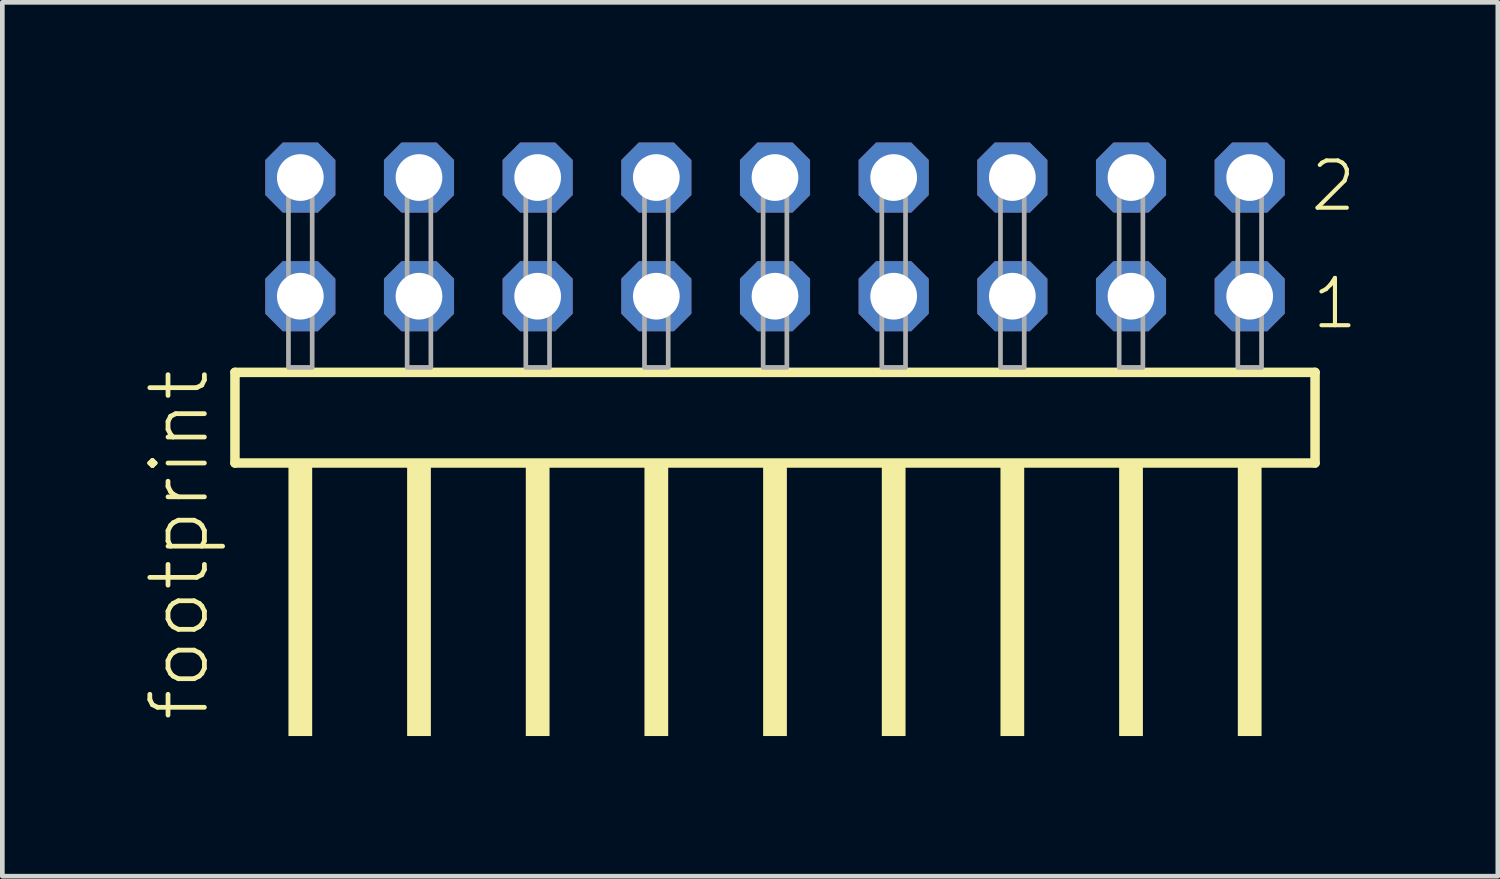
<source format=kicad_pcb>
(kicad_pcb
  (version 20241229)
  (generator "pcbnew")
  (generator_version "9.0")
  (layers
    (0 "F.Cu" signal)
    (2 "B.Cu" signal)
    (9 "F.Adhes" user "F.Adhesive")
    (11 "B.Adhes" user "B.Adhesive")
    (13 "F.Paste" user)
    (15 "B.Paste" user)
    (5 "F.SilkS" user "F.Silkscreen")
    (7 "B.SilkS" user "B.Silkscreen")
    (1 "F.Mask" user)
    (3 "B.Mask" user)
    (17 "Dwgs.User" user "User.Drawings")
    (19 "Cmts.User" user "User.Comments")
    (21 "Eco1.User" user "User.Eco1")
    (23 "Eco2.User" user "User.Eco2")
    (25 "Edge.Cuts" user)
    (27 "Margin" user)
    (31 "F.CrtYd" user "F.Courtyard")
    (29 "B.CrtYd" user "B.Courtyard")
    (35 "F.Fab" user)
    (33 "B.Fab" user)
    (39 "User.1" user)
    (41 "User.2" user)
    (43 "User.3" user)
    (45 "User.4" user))
  (footprint "footprint"
    (layer "F.Cu")
    (at 13.538 4.814)
    (property "Reference" "footprint" (at -12.065 7.62 90) (layer "F.SilkS") (effects (font (size 1.168 1.168) (thickness 0.102)) (justify left bottom)))
    (fp_line (start -11.559 0.106) (end -11.559 2.046) (stroke (width 0.203) (type solid)) (layer "F.SilkS"))
    (fp_line (start -11.559 2.046) (end 11.559 2.046) (stroke (width 0.203) (type solid)) (layer "F.SilkS"))
    (fp_line (start 11.559 0.106) (end -11.559 0.106) (stroke (width 0.203) (type solid)) (layer "F.SilkS"))
    (fp_line (start 11.559 2.046) (end 11.559 0.106) (stroke (width 0.203) (type solid)) (layer "F.SilkS"))
    (fp_poly (pts (xy -10.414 7.89) (xy -9.906 7.89) (xy -9.906 2.04) (xy -10.414 2.04)) (stroke (width 0) (type solid)) (fill yes) (layer "F.SilkS"))
    (fp_poly (pts (xy -7.874 7.89) (xy -7.366 7.89) (xy -7.366 2.04) (xy -7.874 2.04)) (stroke (width 0) (type solid)) (fill yes) (layer "F.SilkS"))
    (fp_poly (pts (xy -5.334 7.89) (xy -4.826 7.89) (xy -4.826 2.04) (xy -5.334 2.04)) (stroke (width 0) (type solid)) (fill yes) (layer "F.SilkS"))
    (fp_poly (pts (xy -2.794 7.89) (xy -2.286 7.89) (xy -2.286 2.04) (xy -2.794 2.04)) (stroke (width 0) (type solid)) (fill yes) (layer "F.SilkS"))
    (fp_poly (pts (xy -0.254 7.89) (xy 0.254 7.89) (xy 0.254 2.04) (xy -0.254 2.04)) (stroke (width 0) (type solid)) (fill yes) (layer "F.SilkS"))
    (fp_poly (pts (xy 2.286 7.89) (xy 2.794 7.89) (xy 2.794 2.04) (xy 2.286 2.04)) (stroke (width 0) (type solid)) (fill yes) (layer "F.SilkS"))
    (fp_poly (pts (xy 4.826 7.89) (xy 5.334 7.89) (xy 5.334 2.04) (xy 4.826 2.04)) (stroke (width 0) (type solid)) (fill yes) (layer "F.SilkS"))
    (fp_poly (pts (xy 7.366 7.89) (xy 7.874 7.89) (xy 7.874 2.04) (xy 7.366 2.04)) (stroke (width 0) (type solid)) (fill yes) (layer "F.SilkS"))
    (fp_poly (pts (xy 9.906 7.89) (xy 10.414 7.89) (xy 10.414 2.04) (xy 9.906 2.04)) (stroke (width 0) (type solid)) (fill yes) (layer "F.SilkS"))
    (fp_poly (pts (xy -10.414 0) (xy -9.906 0) (xy -9.906 -4.318) (xy -10.414 -4.318)) (stroke (width 0.1) (type solid)) (fill no) (layer "F.Fab"))
    (fp_poly (pts (xy -7.874 0) (xy -7.366 0) (xy -7.366 -4.318) (xy -7.874 -4.318)) (stroke (width 0.1) (type solid)) (fill no) (layer "F.Fab"))
    (fp_poly (pts (xy -5.334 0) (xy -4.826 0) (xy -4.826 -4.318) (xy -5.334 -4.318)) (stroke (width 0.1) (type solid)) (fill no) (layer "F.Fab"))
    (fp_poly (pts (xy -2.794 0) (xy -2.286 0) (xy -2.286 -4.318) (xy -2.794 -4.318)) (stroke (width 0.1) (type solid)) (fill no) (layer "F.Fab"))
    (fp_poly (pts (xy -0.254 0) (xy 0.254 0) (xy 0.254 -4.318) (xy -0.254 -4.318)) (stroke (width 0.1) (type solid)) (fill no) (layer "F.Fab"))
    (fp_poly (pts (xy 2.286 0) (xy 2.794 0) (xy 2.794 -4.318) (xy 2.286 -4.318)) (stroke (width 0.1) (type solid)) (fill no) (layer "F.Fab"))
    (fp_poly (pts (xy 4.826 0) (xy 5.334 0) (xy 5.334 -4.318) (xy 4.826 -4.318)) (stroke (width 0.1) (type solid)) (fill no) (layer "F.Fab"))
    (fp_poly (pts (xy 7.366 0) (xy 7.874 0) (xy 7.874 -4.318) (xy 7.366 -4.318)) (stroke (width 0.1) (type solid)) (fill no) (layer "F.Fab"))
    (fp_poly (pts (xy 9.906 0) (xy 10.414 0) (xy 10.414 -4.318) (xy 9.906 -4.318)) (stroke (width 0.1) (type solid)) (fill no) (layer "F.Fab"))
    (fp_text user "2" (at 11.41 -3.29 0) (layer "F.SilkS") (effects (font (size 1.012 1.012) (thickness 0.088)) (justify left bottom)))
    (fp_text user "1" (at 11.445 -0.775 0) (layer "F.SilkS") (effects (font (size 1.012 1.012) (thickness 0.088)) (justify left bottom)))
    (pad "1" thru_hole roundrect (at 10.16 -1.524 180) (size 1.5 1.5) (drill 1) (layers "*.Cu" "*.Mask") (roundrect_rratio 0.25) (chamfer_ratio 0.25) (chamfer top_left top_right bottom_left bottom_right))
    (pad "2" thru_hole roundrect (at 10.16 -4.064 180) (size 1.5 1.5) (drill 1) (layers "*.Cu" "*.Mask") (roundrect_rratio 0.25) (chamfer_ratio 0.25) (chamfer top_left top_right bottom_left bottom_right))
    (pad "3" thru_hole roundrect (at 7.62 -1.524 180) (size 1.5 1.5) (drill 1) (layers "*.Cu" "*.Mask") (roundrect_rratio 0.25) (chamfer_ratio 0.25) (chamfer top_left top_right bottom_left bottom_right))
    (pad "4" thru_hole roundrect (at 7.62 -4.064 180) (size 1.5 1.5) (drill 1) (layers "*.Cu" "*.Mask") (roundrect_rratio 0.25) (chamfer_ratio 0.25) (chamfer top_left top_right bottom_left bottom_right))
    (pad "5" thru_hole roundrect (at 5.08 -1.524 180) (size 1.5 1.5) (drill 1) (layers "*.Cu" "*.Mask") (roundrect_rratio 0.25) (chamfer_ratio 0.25) (chamfer top_left top_right bottom_left bottom_right))
    (pad "6" thru_hole roundrect (at 5.08 -4.064 180) (size 1.5 1.5) (drill 1) (layers "*.Cu" "*.Mask") (roundrect_rratio 0.25) (chamfer_ratio 0.25) (chamfer top_left top_right bottom_left bottom_right))
    (pad "7" thru_hole roundrect (at 2.54 -1.524 180) (size 1.5 1.5) (drill 1) (layers "*.Cu" "*.Mask") (roundrect_rratio 0.25) (chamfer_ratio 0.25) (chamfer top_left top_right bottom_left bottom_right))
    (pad "8" thru_hole roundrect (at 2.54 -4.064 180) (size 1.5 1.5) (drill 1) (layers "*.Cu" "*.Mask") (roundrect_rratio 0.25) (chamfer_ratio 0.25) (chamfer top_left top_right bottom_left bottom_right))
    (pad "9" thru_hole roundrect (at 0 -1.524 180) (size 1.5 1.5) (drill 1) (layers "*.Cu" "*.Mask") (roundrect_rratio 0.25) (chamfer_ratio 0.25) (chamfer top_left top_right bottom_left bottom_right))
    (pad "10" thru_hole roundrect (at 0 -4.064 180) (size 1.5 1.5) (drill 1) (layers "*.Cu" "*.Mask") (roundrect_rratio 0.25) (chamfer_ratio 0.25) (chamfer top_left top_right bottom_left bottom_right))
    (pad "11" thru_hole roundrect (at -2.54 -1.524 180) (size 1.5 1.5) (drill 1) (layers "*.Cu" "*.Mask") (roundrect_rratio 0.25) (chamfer_ratio 0.25) (chamfer top_left top_right bottom_left bottom_right))
    (pad "12" thru_hole roundrect (at -2.54 -4.064 180) (size 1.5 1.5) (drill 1) (layers "*.Cu" "*.Mask") (roundrect_rratio 0.25) (chamfer_ratio 0.25) (chamfer top_left top_right bottom_left bottom_right))
    (pad "13" thru_hole roundrect (at -5.08 -1.524 180) (size 1.5 1.5) (drill 1) (layers "*.Cu" "*.Mask") (roundrect_rratio 0.25) (chamfer_ratio 0.25) (chamfer top_left top_right bottom_left bottom_right))
    (pad "14" thru_hole roundrect (at -5.08 -4.064 180) (size 1.5 1.5) (drill 1) (layers "*.Cu" "*.Mask") (roundrect_rratio 0.25) (chamfer_ratio 0.25) (chamfer top_left top_right bottom_left bottom_right))
    (pad "15" thru_hole roundrect (at -7.62 -1.524 180) (size 1.5 1.5) (drill 1) (layers "*.Cu" "*.Mask") (roundrect_rratio 0.25) (chamfer_ratio 0.25) (chamfer top_left top_right bottom_left bottom_right))
    (pad "16" thru_hole roundrect (at -7.62 -4.064 180) (size 1.5 1.5) (drill 1) (layers "*.Cu" "*.Mask") (roundrect_rratio 0.25) (chamfer_ratio 0.25) (chamfer top_left top_right bottom_left bottom_right))
    (pad "17" thru_hole roundrect (at -10.16 -1.524 180) (size 1.5 1.5) (drill 1) (layers "*.Cu" "*.Mask") (roundrect_rratio 0.25) (chamfer_ratio 0.25) (chamfer top_left top_right bottom_left bottom_right))
    (pad "18" thru_hole roundrect (at -10.16 -4.064 180) (size 1.5 1.5) (drill 1) (layers "*.Cu" "*.Mask") (roundrect_rratio 0.25) (chamfer_ratio 0.25) (chamfer top_left top_right bottom_left bottom_right)))
  (gr_rect
    (start -3 -3)
    (end 29.009 15.704)
    (stroke (width 0.1) (type default))
    (fill no)
    (layer "Edge.Cuts")))
</source>
